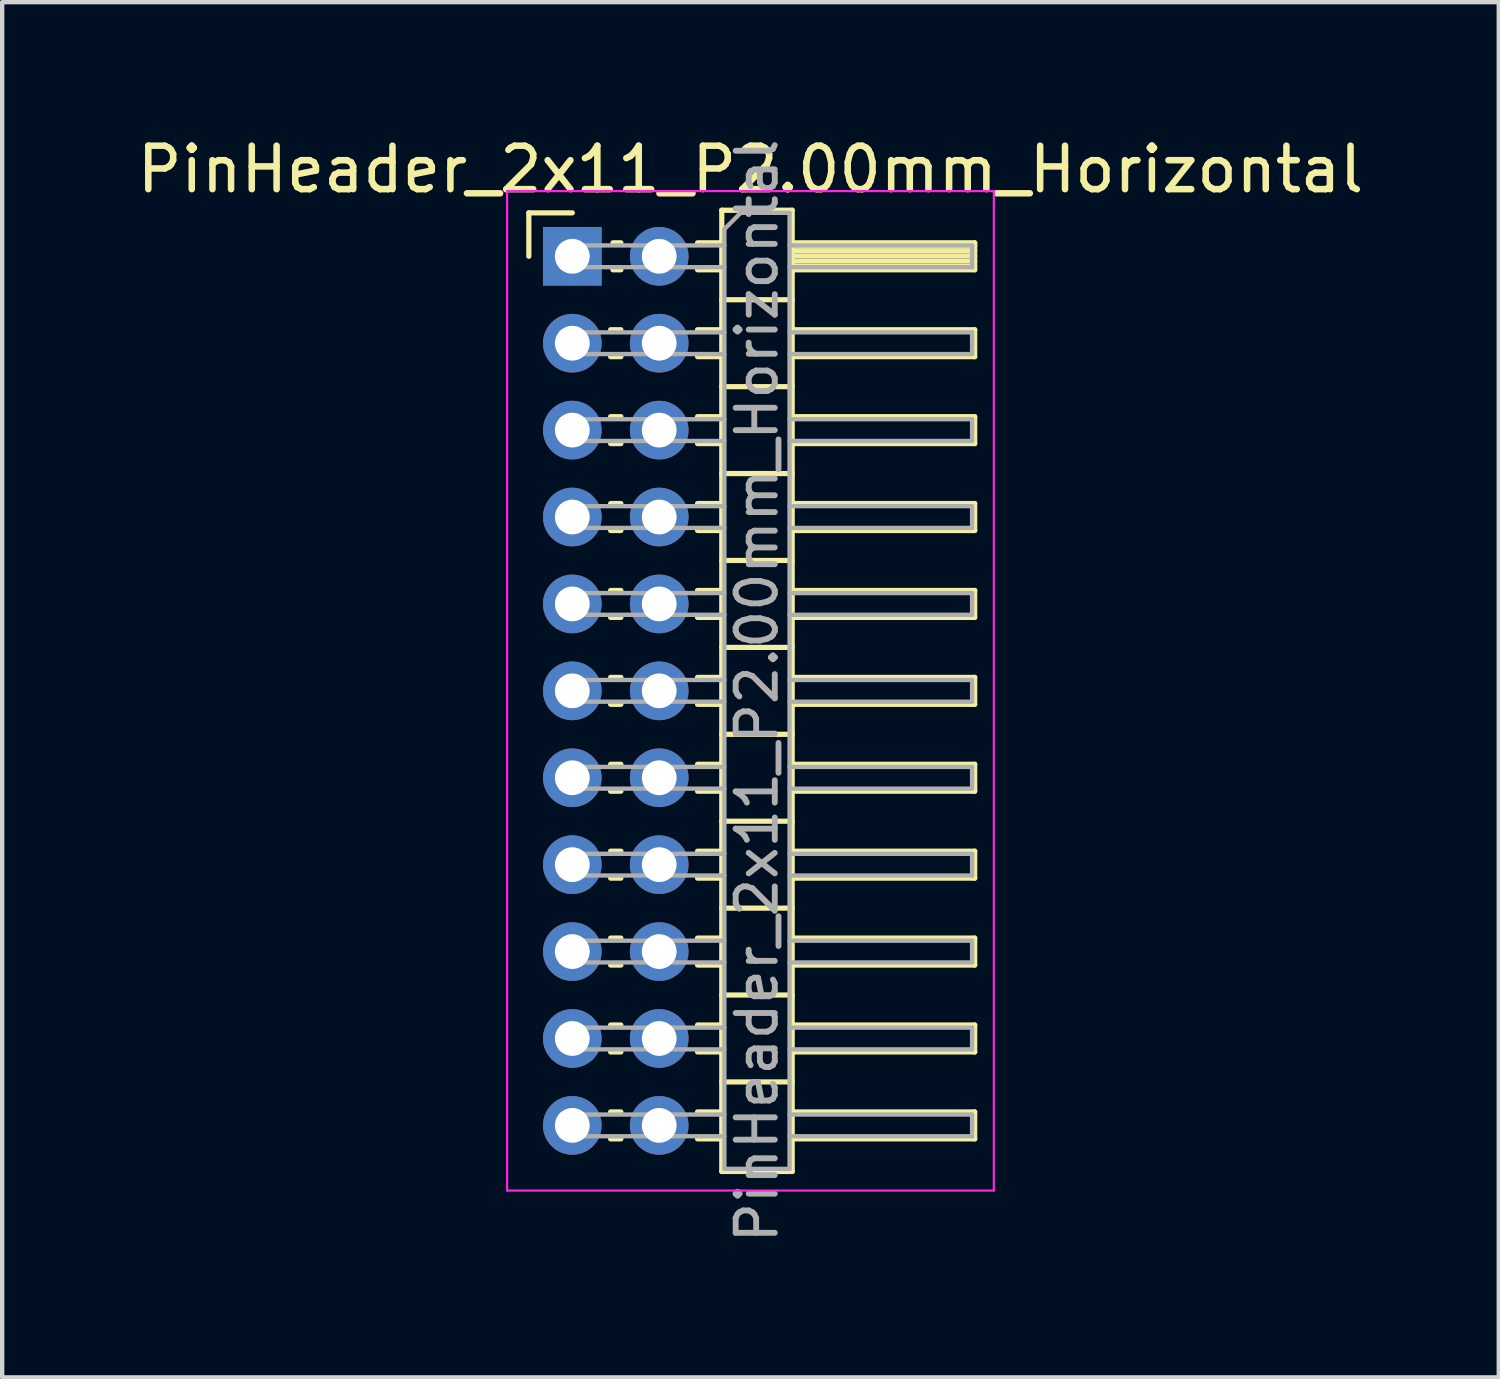
<source format=kicad_pcb>
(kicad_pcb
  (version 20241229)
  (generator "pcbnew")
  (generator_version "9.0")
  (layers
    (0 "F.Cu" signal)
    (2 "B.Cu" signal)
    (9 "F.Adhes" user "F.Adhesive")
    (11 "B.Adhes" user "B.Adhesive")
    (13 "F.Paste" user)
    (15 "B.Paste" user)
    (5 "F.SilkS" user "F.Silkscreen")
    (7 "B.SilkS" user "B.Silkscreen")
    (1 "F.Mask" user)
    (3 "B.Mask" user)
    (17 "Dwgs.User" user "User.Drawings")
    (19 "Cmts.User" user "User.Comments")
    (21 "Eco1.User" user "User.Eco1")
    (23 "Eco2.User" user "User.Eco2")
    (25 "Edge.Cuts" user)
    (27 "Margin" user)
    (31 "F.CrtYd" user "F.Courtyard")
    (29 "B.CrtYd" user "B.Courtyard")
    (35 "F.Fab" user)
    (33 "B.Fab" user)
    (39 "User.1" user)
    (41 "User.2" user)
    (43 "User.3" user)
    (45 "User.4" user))
  (footprint "PinHeader_2x11_P2.00mm_Horizontal"
    (layer "F.Cu")
    (at 10.12 2.848)
    (property "Reference" "PinHeader_2x11_P2.00mm_Horizontal" (at 4.1 -2 0) (layer "F.SilkS") (effects (font (size 1 1) (thickness 0.15))))
    (attr through_hole)
    (fp_line (start -1 -1) (end 0 -1) (stroke (width 0.12) (type solid)) (layer "F.SilkS"))
    (fp_line (start -1 0) (end -1 -1) (stroke (width 0.12) (type solid)) (layer "F.SilkS"))
    (fp_line (start 0.882 1.69) (end 1.118 1.69) (stroke (width 0.12) (type solid)) (layer "F.SilkS"))
    (fp_line (start 0.882 2.31) (end 1.118 2.31) (stroke (width 0.12) (type solid)) (layer "F.SilkS"))
    (fp_line (start 0.882 3.69) (end 1.118 3.69) (stroke (width 0.12) (type solid)) (layer "F.SilkS"))
    (fp_line (start 0.882 4.31) (end 1.118 4.31) (stroke (width 0.12) (type solid)) (layer "F.SilkS"))
    (fp_line (start 0.882 5.69) (end 1.118 5.69) (stroke (width 0.12) (type solid)) (layer "F.SilkS"))
    (fp_line (start 0.882 6.31) (end 1.118 6.31) (stroke (width 0.12) (type solid)) (layer "F.SilkS"))
    (fp_line (start 0.882 7.69) (end 1.118 7.69) (stroke (width 0.12) (type solid)) (layer "F.SilkS"))
    (fp_line (start 0.882 8.31) (end 1.118 8.31) (stroke (width 0.12) (type solid)) (layer "F.SilkS"))
    (fp_line (start 0.882 9.69) (end 1.118 9.69) (stroke (width 0.12) (type solid)) (layer "F.SilkS"))
    (fp_line (start 0.882 10.31) (end 1.118 10.31) (stroke (width 0.12) (type solid)) (layer "F.SilkS"))
    (fp_line (start 0.882 11.69) (end 1.118 11.69) (stroke (width 0.12) (type solid)) (layer "F.SilkS"))
    (fp_line (start 0.882 12.31) (end 1.118 12.31) (stroke (width 0.12) (type solid)) (layer "F.SilkS"))
    (fp_line (start 0.882 13.69) (end 1.118 13.69) (stroke (width 0.12) (type solid)) (layer "F.SilkS"))
    (fp_line (start 0.882 14.31) (end 1.118 14.31) (stroke (width 0.12) (type solid)) (layer "F.SilkS"))
    (fp_line (start 0.882 15.69) (end 1.118 15.69) (stroke (width 0.12) (type solid)) (layer "F.SilkS"))
    (fp_line (start 0.882 16.31) (end 1.118 16.31) (stroke (width 0.12) (type solid)) (layer "F.SilkS"))
    (fp_line (start 0.882 17.69) (end 1.118 17.69) (stroke (width 0.12) (type solid)) (layer "F.SilkS"))
    (fp_line (start 0.882 18.31) (end 1.118 18.31) (stroke (width 0.12) (type solid)) (layer "F.SilkS"))
    (fp_line (start 0.882 19.69) (end 1.118 19.69) (stroke (width 0.12) (type solid)) (layer "F.SilkS"))
    (fp_line (start 0.882 20.31) (end 1.118 20.31) (stroke (width 0.12) (type solid)) (layer "F.SilkS"))
    (fp_line (start 0.935 -0.31) (end 1.118 -0.31) (stroke (width 0.12) (type solid)) (layer "F.SilkS"))
    (fp_line (start 0.935 0.31) (end 1.118 0.31) (stroke (width 0.12) (type solid)) (layer "F.SilkS"))
    (fp_line (start 2.882 -0.31) (end 3.44 -0.31) (stroke (width 0.12) (type solid)) (layer "F.SilkS"))
    (fp_line (start 2.882 0.31) (end 3.44 0.31) (stroke (width 0.12) (type solid)) (layer "F.SilkS"))
    (fp_line (start 2.882 1.69) (end 3.44 1.69) (stroke (width 0.12) (type solid)) (layer "F.SilkS"))
    (fp_line (start 2.882 2.31) (end 3.44 2.31) (stroke (width 0.12) (type solid)) (layer "F.SilkS"))
    (fp_line (start 2.882 3.69) (end 3.44 3.69) (stroke (width 0.12) (type solid)) (layer "F.SilkS"))
    (fp_line (start 2.882 4.31) (end 3.44 4.31) (stroke (width 0.12) (type solid)) (layer "F.SilkS"))
    (fp_line (start 2.882 5.69) (end 3.44 5.69) (stroke (width 0.12) (type solid)) (layer "F.SilkS"))
    (fp_line (start 2.882 6.31) (end 3.44 6.31) (stroke (width 0.12) (type solid)) (layer "F.SilkS"))
    (fp_line (start 2.882 7.69) (end 3.44 7.69) (stroke (width 0.12) (type solid)) (layer "F.SilkS"))
    (fp_line (start 2.882 8.31) (end 3.44 8.31) (stroke (width 0.12) (type solid)) (layer "F.SilkS"))
    (fp_line (start 2.882 9.69) (end 3.44 9.69) (stroke (width 0.12) (type solid)) (layer "F.SilkS"))
    (fp_line (start 2.882 10.31) (end 3.44 10.31) (stroke (width 0.12) (type solid)) (layer "F.SilkS"))
    (fp_line (start 2.882 11.69) (end 3.44 11.69) (stroke (width 0.12) (type solid)) (layer "F.SilkS"))
    (fp_line (start 2.882 12.31) (end 3.44 12.31) (stroke (width 0.12) (type solid)) (layer "F.SilkS"))
    (fp_line (start 2.882 13.69) (end 3.44 13.69) (stroke (width 0.12) (type solid)) (layer "F.SilkS"))
    (fp_line (start 2.882 14.31) (end 3.44 14.31) (stroke (width 0.12) (type solid)) (layer "F.SilkS"))
    (fp_line (start 2.882 15.69) (end 3.44 15.69) (stroke (width 0.12) (type solid)) (layer "F.SilkS"))
    (fp_line (start 2.882 16.31) (end 3.44 16.31) (stroke (width 0.12) (type solid)) (layer "F.SilkS"))
    (fp_line (start 2.882 17.69) (end 3.44 17.69) (stroke (width 0.12) (type solid)) (layer "F.SilkS"))
    (fp_line (start 2.882 18.31) (end 3.44 18.31) (stroke (width 0.12) (type solid)) (layer "F.SilkS"))
    (fp_line (start 2.882 19.69) (end 3.44 19.69) (stroke (width 0.12) (type solid)) (layer "F.SilkS"))
    (fp_line (start 2.882 20.31) (end 3.44 20.31) (stroke (width 0.12) (type solid)) (layer "F.SilkS"))
    (fp_line (start 3.44 -1.06) (end 3.44 21.06) (stroke (width 0.12) (type solid)) (layer "F.SilkS"))
    (fp_line (start 3.44 1) (end 5.06 1) (stroke (width 0.12) (type solid)) (layer "F.SilkS"))
    (fp_line (start 3.44 3) (end 5.06 3) (stroke (width 0.12) (type solid)) (layer "F.SilkS"))
    (fp_line (start 3.44 5) (end 5.06 5) (stroke (width 0.12) (type solid)) (layer "F.SilkS"))
    (fp_line (start 3.44 7) (end 5.06 7) (stroke (width 0.12) (type solid)) (layer "F.SilkS"))
    (fp_line (start 3.44 9) (end 5.06 9) (stroke (width 0.12) (type solid)) (layer "F.SilkS"))
    (fp_line (start 3.44 11) (end 5.06 11) (stroke (width 0.12) (type solid)) (layer "F.SilkS"))
    (fp_line (start 3.44 13) (end 5.06 13) (stroke (width 0.12) (type solid)) (layer "F.SilkS"))
    (fp_line (start 3.44 15) (end 5.06 15) (stroke (width 0.12) (type solid)) (layer "F.SilkS"))
    (fp_line (start 3.44 17) (end 5.06 17) (stroke (width 0.12) (type solid)) (layer "F.SilkS"))
    (fp_line (start 3.44 19) (end 5.06 19) (stroke (width 0.12) (type solid)) (layer "F.SilkS"))
    (fp_line (start 3.44 21.06) (end 5.06 21.06) (stroke (width 0.12) (type solid)) (layer "F.SilkS"))
    (fp_line (start 5.06 -1.06) (end 3.44 -1.06) (stroke (width 0.12) (type solid)) (layer "F.SilkS"))
    (fp_line (start 5.06 -0.31) (end 9.26 -0.31) (stroke (width 0.12) (type solid)) (layer "F.SilkS"))
    (fp_line (start 5.06 -0.25) (end 9.26 -0.25) (stroke (width 0.12) (type solid)) (layer "F.SilkS"))
    (fp_line (start 5.06 -0.13) (end 9.26 -0.13) (stroke (width 0.12) (type solid)) (layer "F.SilkS"))
    (fp_line (start 5.06 -0.01) (end 9.26 -0.01) (stroke (width 0.12) (type solid)) (layer "F.SilkS"))
    (fp_line (start 5.06 0.11) (end 9.26 0.11) (stroke (width 0.12) (type solid)) (layer "F.SilkS"))
    (fp_line (start 5.06 0.23) (end 9.26 0.23) (stroke (width 0.12) (type solid)) (layer "F.SilkS"))
    (fp_line (start 5.06 1.69) (end 9.26 1.69) (stroke (width 0.12) (type solid)) (layer "F.SilkS"))
    (fp_line (start 5.06 3.69) (end 9.26 3.69) (stroke (width 0.12) (type solid)) (layer "F.SilkS"))
    (fp_line (start 5.06 5.69) (end 9.26 5.69) (stroke (width 0.12) (type solid)) (layer "F.SilkS"))
    (fp_line (start 5.06 7.69) (end 9.26 7.69) (stroke (width 0.12) (type solid)) (layer "F.SilkS"))
    (fp_line (start 5.06 9.69) (end 9.26 9.69) (stroke (width 0.12) (type solid)) (layer "F.SilkS"))
    (fp_line (start 5.06 11.69) (end 9.26 11.69) (stroke (width 0.12) (type solid)) (layer "F.SilkS"))
    (fp_line (start 5.06 13.69) (end 9.26 13.69) (stroke (width 0.12) (type solid)) (layer "F.SilkS"))
    (fp_line (start 5.06 15.69) (end 9.26 15.69) (stroke (width 0.12) (type solid)) (layer "F.SilkS"))
    (fp_line (start 5.06 17.69) (end 9.26 17.69) (stroke (width 0.12) (type solid)) (layer "F.SilkS"))
    (fp_line (start 5.06 19.69) (end 9.26 19.69) (stroke (width 0.12) (type solid)) (layer "F.SilkS"))
    (fp_line (start 5.06 21.06) (end 5.06 -1.06) (stroke (width 0.12) (type solid)) (layer "F.SilkS"))
    (fp_line (start 9.26 -0.31) (end 9.26 0.31) (stroke (width 0.12) (type solid)) (layer "F.SilkS"))
    (fp_line (start 9.26 0.31) (end 5.06 0.31) (stroke (width 0.12) (type solid)) (layer "F.SilkS"))
    (fp_line (start 9.26 1.69) (end 9.26 2.31) (stroke (width 0.12) (type solid)) (layer "F.SilkS"))
    (fp_line (start 9.26 2.31) (end 5.06 2.31) (stroke (width 0.12) (type solid)) (layer "F.SilkS"))
    (fp_line (start 9.26 3.69) (end 9.26 4.31) (stroke (width 0.12) (type solid)) (layer "F.SilkS"))
    (fp_line (start 9.26 4.31) (end 5.06 4.31) (stroke (width 0.12) (type solid)) (layer "F.SilkS"))
    (fp_line (start 9.26 5.69) (end 9.26 6.31) (stroke (width 0.12) (type solid)) (layer "F.SilkS"))
    (fp_line (start 9.26 6.31) (end 5.06 6.31) (stroke (width 0.12) (type solid)) (layer "F.SilkS"))
    (fp_line (start 9.26 7.69) (end 9.26 8.31) (stroke (width 0.12) (type solid)) (layer "F.SilkS"))
    (fp_line (start 9.26 8.31) (end 5.06 8.31) (stroke (width 0.12) (type solid)) (layer "F.SilkS"))
    (fp_line (start 9.26 9.69) (end 9.26 10.31) (stroke (width 0.12) (type solid)) (layer "F.SilkS"))
    (fp_line (start 9.26 10.31) (end 5.06 10.31) (stroke (width 0.12) (type solid)) (layer "F.SilkS"))
    (fp_line (start 9.26 11.69) (end 9.26 12.31) (stroke (width 0.12) (type solid)) (layer "F.SilkS"))
    (fp_line (start 9.26 12.31) (end 5.06 12.31) (stroke (width 0.12) (type solid)) (layer "F.SilkS"))
    (fp_line (start 9.26 13.69) (end 9.26 14.31) (stroke (width 0.12) (type solid)) (layer "F.SilkS"))
    (fp_line (start 9.26 14.31) (end 5.06 14.31) (stroke (width 0.12) (type solid)) (layer "F.SilkS"))
    (fp_line (start 9.26 15.69) (end 9.26 16.31) (stroke (width 0.12) (type solid)) (layer "F.SilkS"))
    (fp_line (start 9.26 16.31) (end 5.06 16.31) (stroke (width 0.12) (type solid)) (layer "F.SilkS"))
    (fp_line (start 9.26 17.69) (end 9.26 18.31) (stroke (width 0.12) (type solid)) (layer "F.SilkS"))
    (fp_line (start 9.26 18.31) (end 5.06 18.31) (stroke (width 0.12) (type solid)) (layer "F.SilkS"))
    (fp_line (start 9.26 19.69) (end 9.26 20.31) (stroke (width 0.12) (type solid)) (layer "F.SilkS"))
    (fp_line (start 9.26 20.31) (end 5.06 20.31) (stroke (width 0.12) (type solid)) (layer "F.SilkS"))
    (fp_line (start -1.5 -1.5) (end -1.5 21.5) (stroke (width 0.05) (type solid)) (layer "F.CrtYd"))
    (fp_line (start -1.5 21.5) (end 9.7 21.5) (stroke (width 0.05) (type solid)) (layer "F.CrtYd"))
    (fp_line (start 9.7 -1.5) (end -1.5 -1.5) (stroke (width 0.05) (type solid)) (layer "F.CrtYd"))
    (fp_line (start 9.7 21.5) (end 9.7 -1.5) (stroke (width 0.05) (type solid)) (layer "F.CrtYd"))
    (fp_line (start -0.25 -0.25) (end -0.25 0.25) (stroke (width 0.1) (type solid)) (layer "F.Fab"))
    (fp_line (start -0.25 -0.25) (end 3.5 -0.25) (stroke (width 0.1) (type solid)) (layer "F.Fab"))
    (fp_line (start -0.25 0.25) (end 3.5 0.25) (stroke (width 0.1) (type solid)) (layer "F.Fab"))
    (fp_line (start -0.25 1.75) (end -0.25 2.25) (stroke (width 0.1) (type solid)) (layer "F.Fab"))
    (fp_line (start -0.25 1.75) (end 3.5 1.75) (stroke (width 0.1) (type solid)) (layer "F.Fab"))
    (fp_line (start -0.25 2.25) (end 3.5 2.25) (stroke (width 0.1) (type solid)) (layer "F.Fab"))
    (fp_line (start -0.25 3.75) (end -0.25 4.25) (stroke (width 0.1) (type solid)) (layer "F.Fab"))
    (fp_line (start -0.25 3.75) (end 3.5 3.75) (stroke (width 0.1) (type solid)) (layer "F.Fab"))
    (fp_line (start -0.25 4.25) (end 3.5 4.25) (stroke (width 0.1) (type solid)) (layer "F.Fab"))
    (fp_line (start -0.25 5.75) (end -0.25 6.25) (stroke (width 0.1) (type solid)) (layer "F.Fab"))
    (fp_line (start -0.25 5.75) (end 3.5 5.75) (stroke (width 0.1) (type solid)) (layer "F.Fab"))
    (fp_line (start -0.25 6.25) (end 3.5 6.25) (stroke (width 0.1) (type solid)) (layer "F.Fab"))
    (fp_line (start -0.25 7.75) (end -0.25 8.25) (stroke (width 0.1) (type solid)) (layer "F.Fab"))
    (fp_line (start -0.25 7.75) (end 3.5 7.75) (stroke (width 0.1) (type solid)) (layer "F.Fab"))
    (fp_line (start -0.25 8.25) (end 3.5 8.25) (stroke (width 0.1) (type solid)) (layer "F.Fab"))
    (fp_line (start -0.25 9.75) (end -0.25 10.25) (stroke (width 0.1) (type solid)) (layer "F.Fab"))
    (fp_line (start -0.25 9.75) (end 3.5 9.75) (stroke (width 0.1) (type solid)) (layer "F.Fab"))
    (fp_line (start -0.25 10.25) (end 3.5 10.25) (stroke (width 0.1) (type solid)) (layer "F.Fab"))
    (fp_line (start -0.25 11.75) (end -0.25 12.25) (stroke (width 0.1) (type solid)) (layer "F.Fab"))
    (fp_line (start -0.25 11.75) (end 3.5 11.75) (stroke (width 0.1) (type solid)) (layer "F.Fab"))
    (fp_line (start -0.25 12.25) (end 3.5 12.25) (stroke (width 0.1) (type solid)) (layer "F.Fab"))
    (fp_line (start -0.25 13.75) (end -0.25 14.25) (stroke (width 0.1) (type solid)) (layer "F.Fab"))
    (fp_line (start -0.25 13.75) (end 3.5 13.75) (stroke (width 0.1) (type solid)) (layer "F.Fab"))
    (fp_line (start -0.25 14.25) (end 3.5 14.25) (stroke (width 0.1) (type solid)) (layer "F.Fab"))
    (fp_line (start -0.25 15.75) (end -0.25 16.25) (stroke (width 0.1) (type solid)) (layer "F.Fab"))
    (fp_line (start -0.25 15.75) (end 3.5 15.75) (stroke (width 0.1) (type solid)) (layer "F.Fab"))
    (fp_line (start -0.25 16.25) (end 3.5 16.25) (stroke (width 0.1) (type solid)) (layer "F.Fab"))
    (fp_line (start -0.25 17.75) (end -0.25 18.25) (stroke (width 0.1) (type solid)) (layer "F.Fab"))
    (fp_line (start -0.25 17.75) (end 3.5 17.75) (stroke (width 0.1) (type solid)) (layer "F.Fab"))
    (fp_line (start -0.25 18.25) (end 3.5 18.25) (stroke (width 0.1) (type solid)) (layer "F.Fab"))
    (fp_line (start -0.25 19.75) (end -0.25 20.25) (stroke (width 0.1) (type solid)) (layer "F.Fab"))
    (fp_line (start -0.25 19.75) (end 3.5 19.75) (stroke (width 0.1) (type solid)) (layer "F.Fab"))
    (fp_line (start -0.25 20.25) (end 3.5 20.25) (stroke (width 0.1) (type solid)) (layer "F.Fab"))
    (fp_line (start 3.5 -0.625) (end 3.875 -1) (stroke (width 0.1) (type solid)) (layer "F.Fab"))
    (fp_line (start 3.5 21) (end 3.5 -0.625) (stroke (width 0.1) (type solid)) (layer "F.Fab"))
    (fp_line (start 3.875 -1) (end 5 -1) (stroke (width 0.1) (type solid)) (layer "F.Fab"))
    (fp_line (start 5 -1) (end 5 21) (stroke (width 0.1) (type solid)) (layer "F.Fab"))
    (fp_line (start 5 -0.25) (end 9.2 -0.25) (stroke (width 0.1) (type solid)) (layer "F.Fab"))
    (fp_line (start 5 0.25) (end 9.2 0.25) (stroke (width 0.1) (type solid)) (layer "F.Fab"))
    (fp_line (start 5 1.75) (end 9.2 1.75) (stroke (width 0.1) (type solid)) (layer "F.Fab"))
    (fp_line (start 5 2.25) (end 9.2 2.25) (stroke (width 0.1) (type solid)) (layer "F.Fab"))
    (fp_line (start 5 3.75) (end 9.2 3.75) (stroke (width 0.1) (type solid)) (layer "F.Fab"))
    (fp_line (start 5 4.25) (end 9.2 4.25) (stroke (width 0.1) (type solid)) (layer "F.Fab"))
    (fp_line (start 5 5.75) (end 9.2 5.75) (stroke (width 0.1) (type solid)) (layer "F.Fab"))
    (fp_line (start 5 6.25) (end 9.2 6.25) (stroke (width 0.1) (type solid)) (layer "F.Fab"))
    (fp_line (start 5 7.75) (end 9.2 7.75) (stroke (width 0.1) (type solid)) (layer "F.Fab"))
    (fp_line (start 5 8.25) (end 9.2 8.25) (stroke (width 0.1) (type solid)) (layer "F.Fab"))
    (fp_line (start 5 9.75) (end 9.2 9.75) (stroke (width 0.1) (type solid)) (layer "F.Fab"))
    (fp_line (start 5 10.25) (end 9.2 10.25) (stroke (width 0.1) (type solid)) (layer "F.Fab"))
    (fp_line (start 5 11.75) (end 9.2 11.75) (stroke (width 0.1) (type solid)) (layer "F.Fab"))
    (fp_line (start 5 12.25) (end 9.2 12.25) (stroke (width 0.1) (type solid)) (layer "F.Fab"))
    (fp_line (start 5 13.75) (end 9.2 13.75) (stroke (width 0.1) (type solid)) (layer "F.Fab"))
    (fp_line (start 5 14.25) (end 9.2 14.25) (stroke (width 0.1) (type solid)) (layer "F.Fab"))
    (fp_line (start 5 15.75) (end 9.2 15.75) (stroke (width 0.1) (type solid)) (layer "F.Fab"))
    (fp_line (start 5 16.25) (end 9.2 16.25) (stroke (width 0.1) (type solid)) (layer "F.Fab"))
    (fp_line (start 5 17.75) (end 9.2 17.75) (stroke (width 0.1) (type solid)) (layer "F.Fab"))
    (fp_line (start 5 18.25) (end 9.2 18.25) (stroke (width 0.1) (type solid)) (layer "F.Fab"))
    (fp_line (start 5 19.75) (end 9.2 19.75) (stroke (width 0.1) (type solid)) (layer "F.Fab"))
    (fp_line (start 5 20.25) (end 9.2 20.25) (stroke (width 0.1) (type solid)) (layer "F.Fab"))
    (fp_line (start 5 21) (end 3.5 21) (stroke (width 0.1) (type solid)) (layer "F.Fab"))
    (fp_line (start 9.2 -0.25) (end 9.2 0.25) (stroke (width 0.1) (type solid)) (layer "F.Fab"))
    (fp_line (start 9.2 1.75) (end 9.2 2.25) (stroke (width 0.1) (type solid)) (layer "F.Fab"))
    (fp_line (start 9.2 3.75) (end 9.2 4.25) (stroke (width 0.1) (type solid)) (layer "F.Fab"))
    (fp_line (start 9.2 5.75) (end 9.2 6.25) (stroke (width 0.1) (type solid)) (layer "F.Fab"))
    (fp_line (start 9.2 7.75) (end 9.2 8.25) (stroke (width 0.1) (type solid)) (layer "F.Fab"))
    (fp_line (start 9.2 9.75) (end 9.2 10.25) (stroke (width 0.1) (type solid)) (layer "F.Fab"))
    (fp_line (start 9.2 11.75) (end 9.2 12.25) (stroke (width 0.1) (type solid)) (layer "F.Fab"))
    (fp_line (start 9.2 13.75) (end 9.2 14.25) (stroke (width 0.1) (type solid)) (layer "F.Fab"))
    (fp_line (start 9.2 15.75) (end 9.2 16.25) (stroke (width 0.1) (type solid)) (layer "F.Fab"))
    (fp_line (start 9.2 17.75) (end 9.2 18.25) (stroke (width 0.1) (type solid)) (layer "F.Fab"))
    (fp_line (start 9.2 19.75) (end 9.2 20.25) (stroke (width 0.1) (type solid)) (layer "F.Fab"))
    (fp_text user "${REFERENCE}" (at 4.25 10 90) (layer "F.Fab") (effects (font (size 0.9 0.9) (thickness 0.135))))
    (pad "1" thru_hole rect (at 0 0) (size 1.35 1.35) (drill 0.8) (layers "*.Cu" "*.Mask"))
    (pad "2" thru_hole oval (at 2 0) (size 1.35 1.35) (drill 0.8) (layers "*.Cu" "*.Mask"))
    (pad "3" thru_hole oval (at 0 2) (size 1.35 1.35) (drill 0.8) (layers "*.Cu" "*.Mask"))
    (pad "4" thru_hole oval (at 2 2) (size 1.35 1.35) (drill 0.8) (layers "*.Cu" "*.Mask"))
    (pad "5" thru_hole oval (at 0 4) (size 1.35 1.35) (drill 0.8) (layers "*.Cu" "*.Mask"))
    (pad "6" thru_hole oval (at 2 4) (size 1.35 1.35) (drill 0.8) (layers "*.Cu" "*.Mask"))
    (pad "7" thru_hole oval (at 0 6) (size 1.35 1.35) (drill 0.8) (layers "*.Cu" "*.Mask"))
    (pad "8" thru_hole oval (at 2 6) (size 1.35 1.35) (drill 0.8) (layers "*.Cu" "*.Mask"))
    (pad "9" thru_hole oval (at 0 8) (size 1.35 1.35) (drill 0.8) (layers "*.Cu" "*.Mask"))
    (pad "10" thru_hole oval (at 2 8) (size 1.35 1.35) (drill 0.8) (layers "*.Cu" "*.Mask"))
    (pad "11" thru_hole oval (at 0 10) (size 1.35 1.35) (drill 0.8) (layers "*.Cu" "*.Mask"))
    (pad "12" thru_hole oval (at 2 10) (size 1.35 1.35) (drill 0.8) (layers "*.Cu" "*.Mask"))
    (pad "13" thru_hole oval (at 0 12) (size 1.35 1.35) (drill 0.8) (layers "*.Cu" "*.Mask"))
    (pad "14" thru_hole oval (at 2 12) (size 1.35 1.35) (drill 0.8) (layers "*.Cu" "*.Mask"))
    (pad "15" thru_hole oval (at 0 14) (size 1.35 1.35) (drill 0.8) (layers "*.Cu" "*.Mask"))
    (pad "16" thru_hole oval (at 2 14) (size 1.35 1.35) (drill 0.8) (layers "*.Cu" "*.Mask"))
    (pad "17" thru_hole oval (at 0 16) (size 1.35 1.35) (drill 0.8) (layers "*.Cu" "*.Mask"))
    (pad "18" thru_hole oval (at 2 16) (size 1.35 1.35) (drill 0.8) (layers "*.Cu" "*.Mask"))
    (pad "19" thru_hole oval (at 0 18) (size 1.35 1.35) (drill 0.8) (layers "*.Cu" "*.Mask"))
    (pad "20" thru_hole oval (at 2 18) (size 1.35 1.35) (drill 0.8) (layers "*.Cu" "*.Mask"))
    (pad "21" thru_hole oval (at 0 20) (size 1.35 1.35) (drill 0.8) (layers "*.Cu" "*.Mask"))
    (pad "22" thru_hole oval (at 2 20) (size 1.35 1.35) (drill 0.8) (layers "*.Cu" "*.Mask")))
  (gr_rect
    (start -3 -3)
    (end 31.44 28.646)
    (stroke (width 0.1) (type default))
    (fill no)
    (layer "Edge.Cuts")))
</source>
